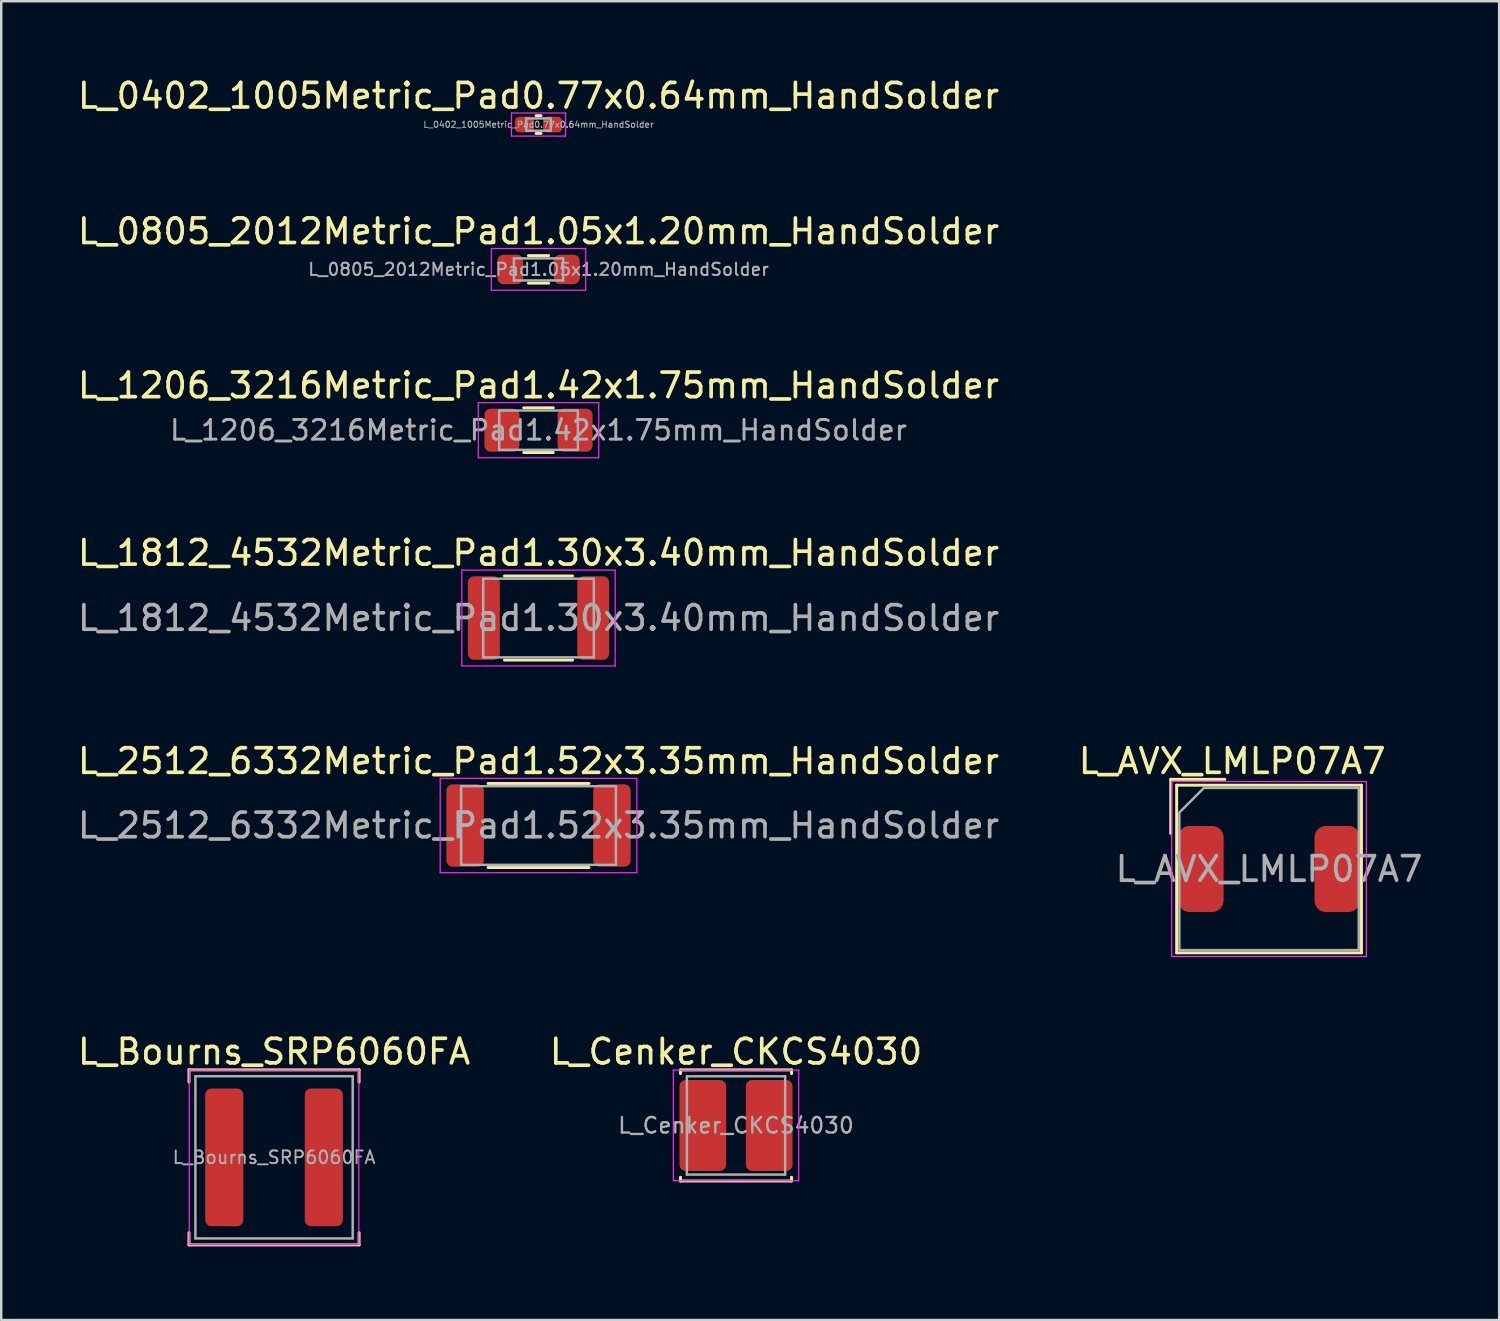
<source format=kicad_pcb>
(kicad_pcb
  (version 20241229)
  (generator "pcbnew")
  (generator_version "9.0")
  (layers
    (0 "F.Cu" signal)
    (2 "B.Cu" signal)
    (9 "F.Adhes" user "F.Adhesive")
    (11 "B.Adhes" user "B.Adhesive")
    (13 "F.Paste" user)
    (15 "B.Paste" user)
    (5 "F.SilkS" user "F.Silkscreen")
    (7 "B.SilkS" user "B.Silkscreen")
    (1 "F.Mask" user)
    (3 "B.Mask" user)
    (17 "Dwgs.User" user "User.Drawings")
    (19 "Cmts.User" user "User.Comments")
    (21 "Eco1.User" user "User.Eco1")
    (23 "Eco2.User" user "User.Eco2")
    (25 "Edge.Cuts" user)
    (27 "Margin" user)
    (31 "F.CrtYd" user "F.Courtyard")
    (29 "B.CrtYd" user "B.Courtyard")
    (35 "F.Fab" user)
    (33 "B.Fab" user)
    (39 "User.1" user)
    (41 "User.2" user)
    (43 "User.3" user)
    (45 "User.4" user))
  (footprint "L_AVX_LMLP07A7"
    (layer "F.Cu")
    (at 48.589 32.311)
    (property "Reference" "L_AVX_LMLP07A7" (at -1.5 -4.39 0) (layer "F.SilkS") (effects (font (size 1 1) (thickness 0.15))))
    (attr smd)
    (fp_line (start -4 -3.65) (end -1.8 -3.65) (stroke (width 0.12) (type solid)) (layer "F.SilkS"))
    (fp_line (start -4 -1.45) (end -4 -3.65) (stroke (width 0.12) (type solid)) (layer "F.SilkS"))
    (fp_line (start -3.76 -3.41) (end -3.76 3.41) (stroke (width 0.12) (type solid)) (layer "F.SilkS"))
    (fp_line (start -3.76 -3.41) (end 3.76 -3.41) (stroke (width 0.12) (type solid)) (layer "F.SilkS"))
    (fp_line (start -3.76 3.41) (end 3.76 3.41) (stroke (width 0.12) (type solid)) (layer "F.SilkS"))
    (fp_line (start 3.76 -3.41) (end 3.76 3.41) (stroke (width 0.12) (type solid)) (layer "F.SilkS"))
    (fp_line (start -3.96 -3.56) (end -3.96 3.56) (stroke (width 0.05) (type solid)) (layer "F.CrtYd"))
    (fp_line (start -3.96 3.56) (end 3.96 3.56) (stroke (width 0.05) (type solid)) (layer "F.CrtYd"))
    (fp_line (start 3.96 -3.56) (end -3.96 -3.56) (stroke (width 0.05) (type solid)) (layer "F.CrtYd"))
    (fp_line (start 3.96 3.56) (end 3.96 -3.56) (stroke (width 0.05) (type solid)) (layer "F.CrtYd"))
    (fp_poly (pts (xy -3.65 -2.3) (xy -3.65 3.3) (xy 3.65 3.3) (xy 3.65 -3.3) (xy -2.65 -3.3)) (stroke (width 0.1) (type solid)) (fill no) (layer "F.Fab"))
    (fp_text user "${REFERENCE}" (at 0 0 0) (layer "F.Fab") (effects (font (size 1 1) (thickness 0.15))))
    (pad "1" smd roundrect (at -2.775 0) (size 1.85 3.5) (layers "F.Cu" "F.Mask" "F.Paste") (roundrect_rratio 0.25))
    (pad "2" smd roundrect (at 2.775 0) (size 1.85 3.5) (layers "F.Cu" "F.Mask" "F.Paste") (roundrect_rratio 0.25)))
  (footprint "L_Cenker_CKCS4030"
    (layer "F.Cu")
    (at 26.899 42.745)
    (property "Reference" "L_Cenker_CKCS4030" (at 0 -3 0) (layer "F.SilkS") (effects (font (size 1 1) (thickness 0.15))))
    (attr smd)
    (fp_line (start -2.26 -2.26) (end -2.26 -2.11) (stroke (width 0.12) (type solid)) (layer "F.SilkS"))
    (fp_line (start -2.26 -2.26) (end 2.26 -2.26) (stroke (width 0.12) (type solid)) (layer "F.SilkS"))
    (fp_line (start -2.26 2.26) (end -2.26 2.11) (stroke (width 0.12) (type solid)) (layer "F.SilkS"))
    (fp_line (start -2.26 2.26) (end 2.26 2.26) (stroke (width 0.12) (type solid)) (layer "F.SilkS"))
    (fp_line (start 2.26 -2.26) (end 2.26 -2.11) (stroke (width 0.12) (type solid)) (layer "F.SilkS"))
    (fp_line (start 2.26 2.26) (end 2.26 2.11) (stroke (width 0.12) (type solid)) (layer "F.SilkS"))
    (fp_line (start -2.55 -2.25) (end -2.55 2.25) (stroke (width 0.05) (type solid)) (layer "F.CrtYd"))
    (fp_line (start -2.55 2.25) (end 2.55 2.25) (stroke (width 0.05) (type solid)) (layer "F.CrtYd"))
    (fp_line (start 2.55 -2.25) (end -2.55 -2.25) (stroke (width 0.05) (type solid)) (layer "F.CrtYd"))
    (fp_line (start 2.55 2.25) (end 2.55 -2.25) (stroke (width 0.05) (type solid)) (layer "F.CrtYd"))
    (fp_line (start -2 -2) (end -2 2) (stroke (width 0.1) (type solid)) (layer "F.Fab"))
    (fp_line (start -2 2) (end 2 2) (stroke (width 0.1) (type solid)) (layer "F.Fab"))
    (fp_line (start 2 -2) (end -2 -2) (stroke (width 0.1) (type solid)) (layer "F.Fab"))
    (fp_line (start 2 2) (end 2 -2) (stroke (width 0.1) (type solid)) (layer "F.Fab"))
    (fp_text user "${REFERENCE}" (at 0 0 0) (layer "F.Fab") (effects (font (size 0.633 0.633) (thickness 0.095))))
    (pad "1" smd roundrect (at -1.35 0) (size 1.9 3.7) (layers "F.Cu" "F.Mask" "F.Paste") (roundrect_rratio 0.132))
    (pad "2" smd roundrect (at 1.35 0) (size 1.9 3.7) (layers "F.Cu" "F.Mask" "F.Paste") (roundrect_rratio 0.132)))
  (footprint "L_Bourns_SRP6060FA"
    (layer "F.Cu")
    (at 8.101 44.044)
    (property "Reference" "L_Bourns_SRP6060FA" (at 0 -4.3 0) (layer "F.SilkS") (effects (font (size 1 1) (thickness 0.15))))
    (attr smd)
    (fp_line (start -3.46 -3.56) (end -3.46 -3.06) (stroke (width 0.12) (type solid)) (layer "F.SilkS"))
    (fp_line (start -3.46 -3.56) (end 3.46 -3.56) (stroke (width 0.12) (type solid)) (layer "F.SilkS"))
    (fp_line (start -3.46 3.56) (end -3.46 3.06) (stroke (width 0.12) (type solid)) (layer "F.SilkS"))
    (fp_line (start -3.46 3.56) (end 3.46 3.56) (stroke (width 0.12) (type solid)) (layer "F.SilkS"))
    (fp_line (start 3.46 -3.56) (end 3.46 -3.06) (stroke (width 0.12) (type solid)) (layer "F.SilkS"))
    (fp_line (start 3.46 3.56) (end 3.46 3.06) (stroke (width 0.12) (type solid)) (layer "F.SilkS"))
    (fp_line (start -3.45 -3.55) (end -3.45 3.55) (stroke (width 0.05) (type solid)) (layer "F.CrtYd"))
    (fp_line (start -3.45 3.55) (end 3.45 3.55) (stroke (width 0.05) (type solid)) (layer "F.CrtYd"))
    (fp_line (start 3.45 -3.55) (end -3.45 -3.55) (stroke (width 0.05) (type solid)) (layer "F.CrtYd"))
    (fp_line (start 3.45 3.55) (end 3.45 -3.55) (stroke (width 0.05) (type solid)) (layer "F.CrtYd"))
    (fp_line (start -3.2 -3.3) (end -3.2 3.3) (stroke (width 0.1) (type solid)) (layer "F.Fab"))
    (fp_line (start -3.2 3.3) (end 3.2 3.3) (stroke (width 0.1) (type solid)) (layer "F.Fab"))
    (fp_line (start 3.2 -3.3) (end -3.2 -3.3) (stroke (width 0.1) (type solid)) (layer "F.Fab"))
    (fp_line (start 3.2 3.3) (end 3.2 -3.3) (stroke (width 0.1) (type solid)) (layer "F.Fab"))
    (fp_text user "${REFERENCE}" (at 0 0 0) (layer "F.Fab") (effects (font (size 0.517 0.517) (thickness 0.077))))
    (pad "1" smd roundrect (at -2.025 0) (size 1.55 5.6) (layers "F.Cu" "F.Mask" "F.Paste") (roundrect_rratio 0.161))
    (pad "2" smd roundrect (at 2.025 0) (size 1.55 5.6) (layers "F.Cu" "F.Mask" "F.Paste") (roundrect_rratio 0.161)))
  (footprint "L_0402_1005Metric_Pad0.77x0.64mm_HandSolder"
    (layer "F.Cu")
    (at 18.863 2.018)
    (property "Reference" "L_0402_1005Metric_Pad0.77x0.64mm_HandSolder" (at 0 -1.17 0) (layer "F.SilkS") (effects (font (size 1 1) (thickness 0.15))))
    (attr smd)
    (fp_line (start -0.1 -0.36) (end 0.1 -0.36) (stroke (width 0.12) (type solid)) (layer "F.SilkS"))
    (fp_line (start -0.1 0.36) (end 0.1 0.36) (stroke (width 0.12) (type solid)) (layer "F.SilkS"))
    (fp_line (start -1.1 -0.47) (end 1.1 -0.47) (stroke (width 0.05) (type solid)) (layer "F.CrtYd"))
    (fp_line (start -1.1 0.47) (end -1.1 -0.47) (stroke (width 0.05) (type solid)) (layer "F.CrtYd"))
    (fp_line (start 1.1 -0.47) (end 1.1 0.47) (stroke (width 0.05) (type solid)) (layer "F.CrtYd"))
    (fp_line (start 1.1 0.47) (end -1.1 0.47) (stroke (width 0.05) (type solid)) (layer "F.CrtYd"))
    (fp_line (start -0.5 -0.25) (end 0.5 -0.25) (stroke (width 0.1) (type solid)) (layer "F.Fab"))
    (fp_line (start -0.5 0.25) (end -0.5 -0.25) (stroke (width 0.1) (type solid)) (layer "F.Fab"))
    (fp_line (start 0.5 -0.25) (end 0.5 0.25) (stroke (width 0.1) (type solid)) (layer "F.Fab"))
    (fp_line (start 0.5 0.25) (end -0.5 0.25) (stroke (width 0.1) (type solid)) (layer "F.Fab"))
    (fp_text user "${REFERENCE}" (at 0 0 0) (layer "F.Fab") (effects (font (size 0.25 0.25) (thickness 0.04))))
    (pad "1" smd roundrect (at -0.573 0) (size 0.765 0.64) (layers "F.Cu" "F.Mask" "F.Paste") (roundrect_rratio 0.25))
    (pad "2" smd roundrect (at 0.573 0) (size 0.765 0.64) (layers "F.Cu" "F.Mask" "F.Paste") (roundrect_rratio 0.25)))
  (footprint "L_1812_4532Metric_Pad1.30x3.40mm_HandSolder"
    (layer "F.Cu")
    (at 18.863 22.098)
    (property "Reference" "L_1812_4532Metric_Pad1.30x3.40mm_HandSolder" (at 0 -2.65 0) (layer "F.SilkS") (effects (font (size 1 1) (thickness 0.15))))
    (attr smd)
    (fp_line (start -1.386 -1.71) (end 1.386 -1.71) (stroke (width 0.12) (type solid)) (layer "F.SilkS"))
    (fp_line (start -1.386 1.71) (end 1.386 1.71) (stroke (width 0.12) (type solid)) (layer "F.SilkS"))
    (fp_line (start -3.12 -1.95) (end 3.12 -1.95) (stroke (width 0.05) (type solid)) (layer "F.CrtYd"))
    (fp_line (start -3.12 1.95) (end -3.12 -1.95) (stroke (width 0.05) (type solid)) (layer "F.CrtYd"))
    (fp_line (start 3.12 -1.95) (end 3.12 1.95) (stroke (width 0.05) (type solid)) (layer "F.CrtYd"))
    (fp_line (start 3.12 1.95) (end -3.12 1.95) (stroke (width 0.05) (type solid)) (layer "F.CrtYd"))
    (fp_line (start -2.25 -1.6) (end 2.25 -1.6) (stroke (width 0.1) (type solid)) (layer "F.Fab"))
    (fp_line (start -2.25 1.6) (end -2.25 -1.6) (stroke (width 0.1) (type solid)) (layer "F.Fab"))
    (fp_line (start 2.25 -1.6) (end 2.25 1.6) (stroke (width 0.1) (type solid)) (layer "F.Fab"))
    (fp_line (start 2.25 1.6) (end -2.25 1.6) (stroke (width 0.1) (type solid)) (layer "F.Fab"))
    (fp_text user "${REFERENCE}" (at 0 0 0) (layer "F.Fab") (effects (font (size 1 1) (thickness 0.15))))
    (pad "1" smd roundrect (at -2.225 0) (size 1.3 3.4) (layers "F.Cu" "F.Mask" "F.Paste") (roundrect_rratio 0.192))
    (pad "2" smd roundrect (at 2.225 0) (size 1.3 3.4) (layers "F.Cu" "F.Mask" "F.Paste") (roundrect_rratio 0.192)))
  (footprint "L_1206_3216Metric_Pad1.42x1.75mm_HandSolder"
    (layer "F.Cu")
    (at 18.863 14.455)
    (property "Reference" "L_1206_3216Metric_Pad1.42x1.75mm_HandSolder" (at 0 -1.82 0) (layer "F.SilkS") (effects (font (size 1 1) (thickness 0.15))))
    (attr smd)
    (fp_line (start -0.602 -0.91) (end 0.602 -0.91) (stroke (width 0.12) (type solid)) (layer "F.SilkS"))
    (fp_line (start -0.602 0.91) (end 0.602 0.91) (stroke (width 0.12) (type solid)) (layer "F.SilkS"))
    (fp_line (start -2.45 -1.12) (end 2.45 -1.12) (stroke (width 0.05) (type solid)) (layer "F.CrtYd"))
    (fp_line (start -2.45 1.12) (end -2.45 -1.12) (stroke (width 0.05) (type solid)) (layer "F.CrtYd"))
    (fp_line (start 2.45 -1.12) (end 2.45 1.12) (stroke (width 0.05) (type solid)) (layer "F.CrtYd"))
    (fp_line (start 2.45 1.12) (end -2.45 1.12) (stroke (width 0.05) (type solid)) (layer "F.CrtYd"))
    (fp_line (start -1.6 -0.8) (end 1.6 -0.8) (stroke (width 0.1) (type solid)) (layer "F.Fab"))
    (fp_line (start -1.6 0.8) (end -1.6 -0.8) (stroke (width 0.1) (type solid)) (layer "F.Fab"))
    (fp_line (start 1.6 -0.8) (end 1.6 0.8) (stroke (width 0.1) (type solid)) (layer "F.Fab"))
    (fp_line (start 1.6 0.8) (end -1.6 0.8) (stroke (width 0.1) (type solid)) (layer "F.Fab"))
    (fp_text user "${REFERENCE}" (at 0 0 0) (layer "F.Fab") (effects (font (size 0.8 0.8) (thickness 0.12))))
    (pad "1" smd roundrect (at -1.488 0) (size 1.425 1.75) (layers "F.Cu" "F.Mask" "F.Paste") (roundrect_rratio 0.175))
    (pad "2" smd roundrect (at 1.488 0) (size 1.425 1.75) (layers "F.Cu" "F.Mask" "F.Paste") (roundrect_rratio 0.175)))
  (footprint "L_2512_6332Metric_Pad1.52x3.35mm_HandSolder"
    (layer "F.Cu")
    (at 18.863 30.541)
    (property "Reference" "L_2512_6332Metric_Pad1.52x3.35mm_HandSolder" (at 0 -2.62 0) (layer "F.SilkS") (effects (font (size 1 1) (thickness 0.15))))
    (attr smd)
    (fp_line (start -2.052 -1.71) (end 2.052 -1.71) (stroke (width 0.12) (type solid)) (layer "F.SilkS"))
    (fp_line (start -2.052 1.71) (end 2.052 1.71) (stroke (width 0.12) (type solid)) (layer "F.SilkS"))
    (fp_line (start -4 -1.92) (end 4 -1.92) (stroke (width 0.05) (type solid)) (layer "F.CrtYd"))
    (fp_line (start -4 1.92) (end -4 -1.92) (stroke (width 0.05) (type solid)) (layer "F.CrtYd"))
    (fp_line (start 4 -1.92) (end 4 1.92) (stroke (width 0.05) (type solid)) (layer "F.CrtYd"))
    (fp_line (start 4 1.92) (end -4 1.92) (stroke (width 0.05) (type solid)) (layer "F.CrtYd"))
    (fp_line (start -3.15 -1.6) (end 3.15 -1.6) (stroke (width 0.1) (type solid)) (layer "F.Fab"))
    (fp_line (start -3.15 1.6) (end -3.15 -1.6) (stroke (width 0.1) (type solid)) (layer "F.Fab"))
    (fp_line (start 3.15 -1.6) (end 3.15 1.6) (stroke (width 0.1) (type solid)) (layer "F.Fab"))
    (fp_line (start 3.15 1.6) (end -3.15 1.6) (stroke (width 0.1) (type solid)) (layer "F.Fab"))
    (fp_text user "${REFERENCE}" (at 0 0 0) (layer "F.Fab") (effects (font (size 1 1) (thickness 0.15))))
    (pad "1" smd roundrect (at -2.987 0) (size 1.525 3.35) (layers "F.Cu" "F.Mask" "F.Paste") (roundrect_rratio 0.164))
    (pad "2" smd roundrect (at 2.987 0) (size 1.525 3.35) (layers "F.Cu" "F.Mask" "F.Paste") (roundrect_rratio 0.164)))
  (footprint "L_0805_2012Metric_Pad1.05x1.20mm_HandSolder"
    (layer "F.Cu")
    (at 18.863 7.912)
    (property "Reference" "L_0805_2012Metric_Pad1.05x1.20mm_HandSolder" (at 0 -1.55 0) (layer "F.SilkS") (effects (font (size 1 1) (thickness 0.15))))
    (attr smd)
    (fp_line (start -0.41 -0.56) (end 0.41 -0.56) (stroke (width 0.12) (type solid)) (layer "F.SilkS"))
    (fp_line (start -0.41 0.56) (end 0.41 0.56) (stroke (width 0.12) (type solid)) (layer "F.SilkS"))
    (fp_line (start -1.92 -0.85) (end 1.92 -0.85) (stroke (width 0.05) (type solid)) (layer "F.CrtYd"))
    (fp_line (start -1.92 0.85) (end -1.92 -0.85) (stroke (width 0.05) (type solid)) (layer "F.CrtYd"))
    (fp_line (start 1.92 -0.85) (end 1.92 0.85) (stroke (width 0.05) (type solid)) (layer "F.CrtYd"))
    (fp_line (start 1.92 0.85) (end -1.92 0.85) (stroke (width 0.05) (type solid)) (layer "F.CrtYd"))
    (fp_line (start -1 -0.45) (end 1 -0.45) (stroke (width 0.1) (type solid)) (layer "F.Fab"))
    (fp_line (start -1 0.45) (end -1 -0.45) (stroke (width 0.1) (type solid)) (layer "F.Fab"))
    (fp_line (start 1 -0.45) (end 1 0.45) (stroke (width 0.1) (type solid)) (layer "F.Fab"))
    (fp_line (start 1 0.45) (end -1 0.45) (stroke (width 0.1) (type solid)) (layer "F.Fab"))
    (fp_text user "${REFERENCE}" (at 0 0 0) (layer "F.Fab") (effects (font (size 0.5 0.5) (thickness 0.08))))
    (pad "1" smd roundrect (at -1.15 0) (size 1.05 1.2) (layers "F.Cu" "F.Mask" "F.Paste") (roundrect_rratio 0.238))
    (pad "2" smd roundrect (at 1.15 0) (size 1.05 1.2) (layers "F.Cu" "F.Mask" "F.Paste") (roundrect_rratio 0.238)))
  (gr_rect
    (start -3 -3)
    (end 57.952 50.664)
    (stroke (width 0.1) (type default))
    (fill no)
    (layer "Edge.Cuts")))
</source>
